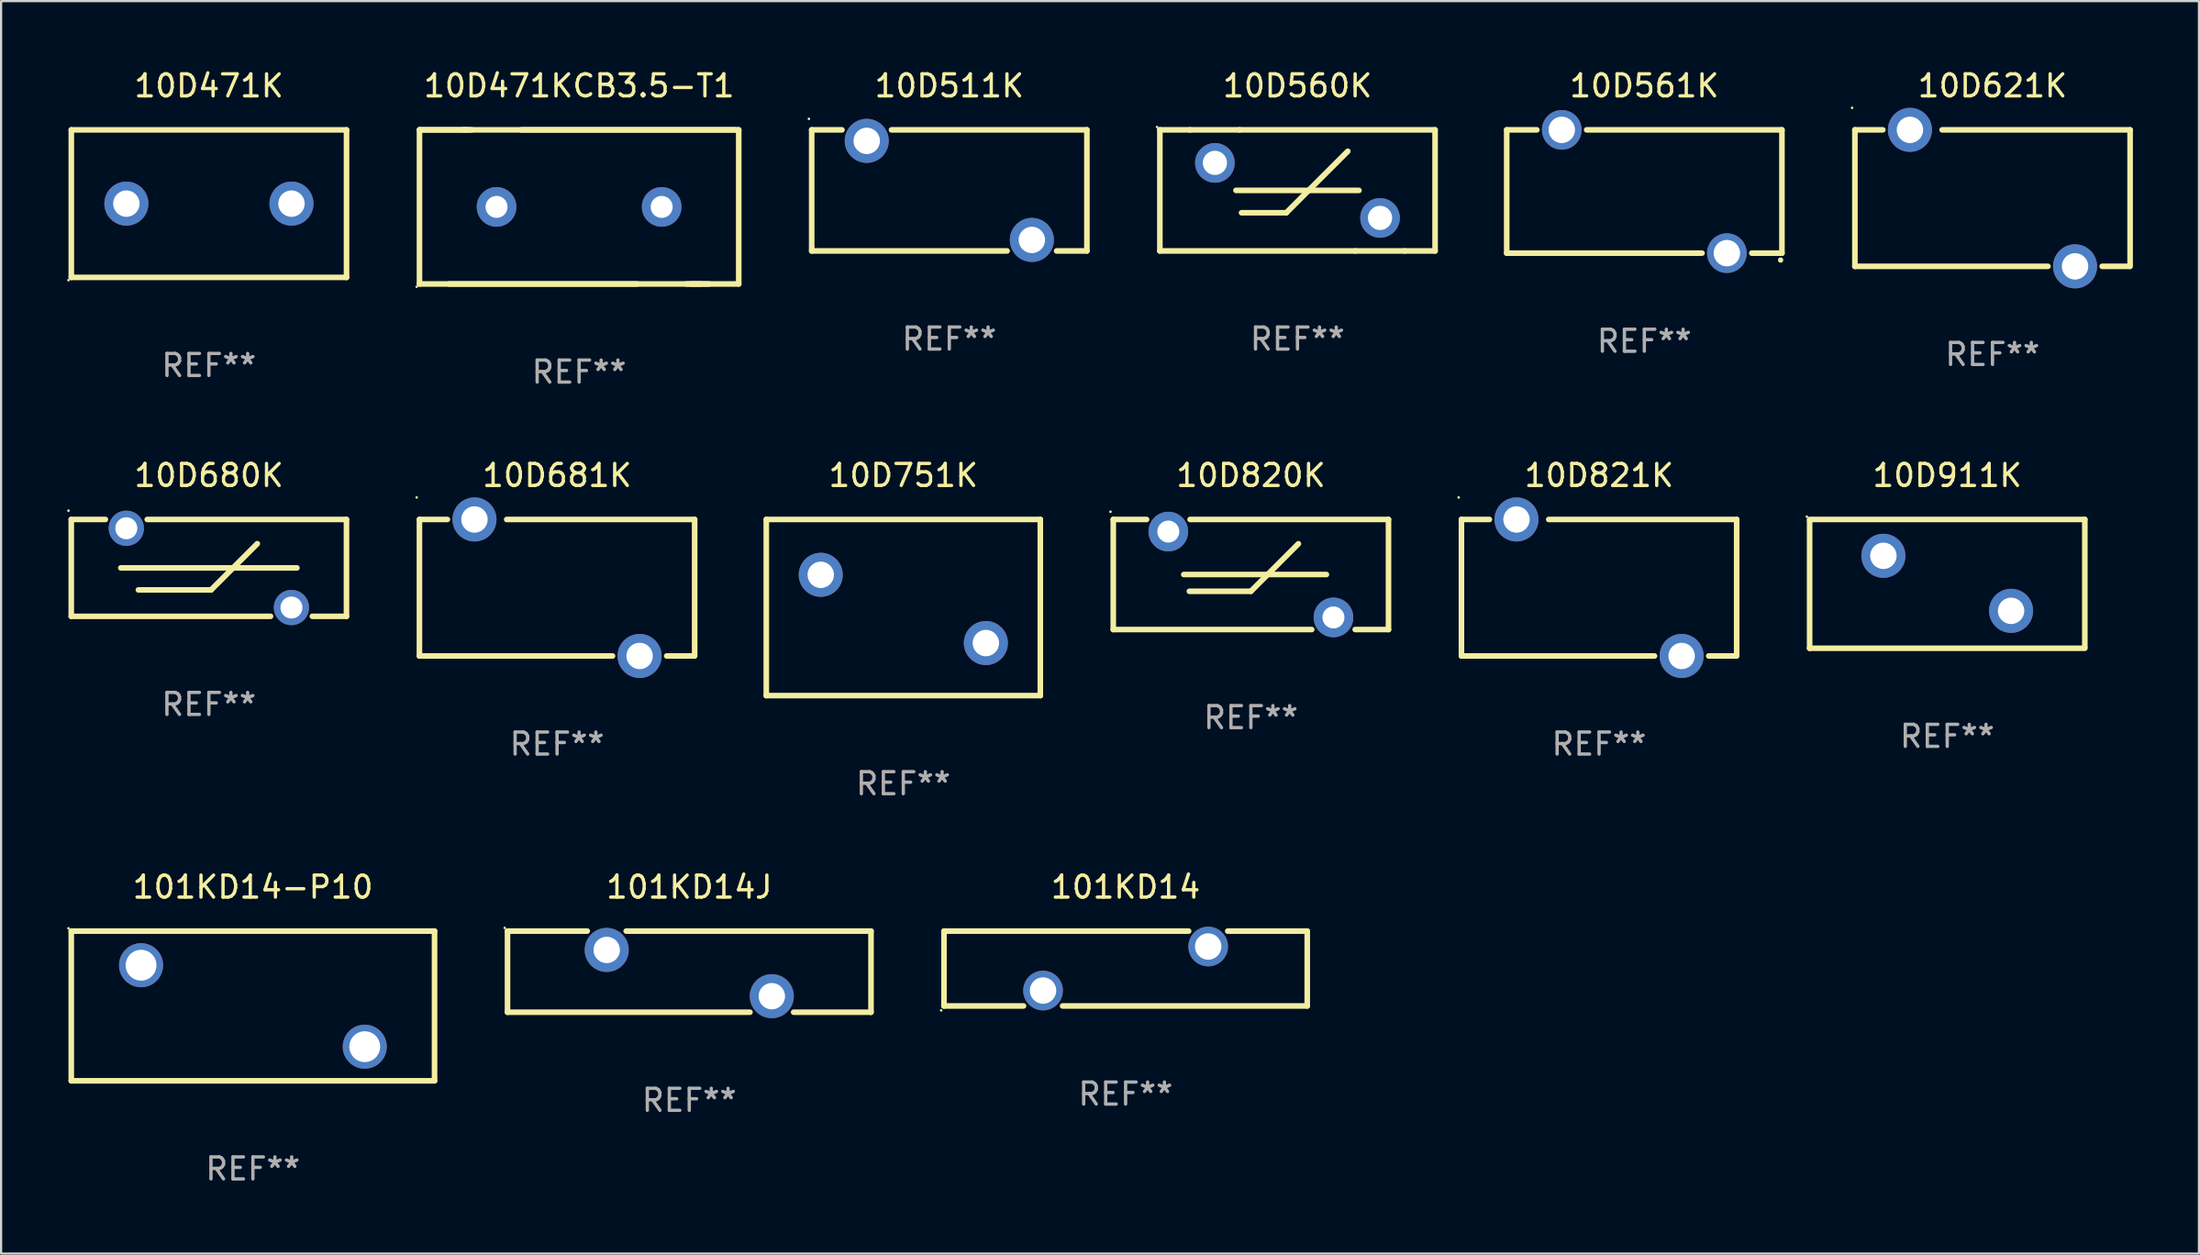
<source format=kicad_pcb>
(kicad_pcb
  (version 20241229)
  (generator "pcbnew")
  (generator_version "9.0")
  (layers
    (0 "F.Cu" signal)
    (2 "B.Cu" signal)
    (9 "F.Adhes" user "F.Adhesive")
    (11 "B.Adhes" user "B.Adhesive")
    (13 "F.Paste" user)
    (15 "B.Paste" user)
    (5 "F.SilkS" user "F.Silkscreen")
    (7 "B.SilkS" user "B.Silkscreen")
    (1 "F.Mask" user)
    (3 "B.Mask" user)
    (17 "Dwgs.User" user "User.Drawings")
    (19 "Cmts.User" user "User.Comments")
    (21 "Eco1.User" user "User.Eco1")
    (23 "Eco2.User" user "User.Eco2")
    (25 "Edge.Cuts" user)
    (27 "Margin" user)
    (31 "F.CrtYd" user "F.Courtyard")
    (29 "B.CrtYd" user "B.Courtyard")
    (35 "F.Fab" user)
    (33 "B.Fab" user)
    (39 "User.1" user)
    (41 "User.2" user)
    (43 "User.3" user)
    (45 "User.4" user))
  (footprint "10D471KCB3.5-T1"
    (layer "F.Cu")
    (at 23.253 6.348)
    (property "Reference" "10D471KCB3.5-T1" (at 0 -5.5 0) (layer "F.SilkS") (effects (font (size 1 1) (thickness 0.15))))
    (attr through_hole)
    (fp_line (start -7.25 -3.5) (end -7.25 3.5) (stroke (width 0.254) (type solid)) (layer "F.SilkS"))
    (fp_line (start -7.25 -3.5) (end -5.127 -3.5) (stroke (width 0.254) (type solid)) (layer "F.SilkS"))
    (fp_line (start -7.25 -3.5) (end 7.112 -3.5) (stroke (width 0.254) (type solid)) (layer "F.SilkS"))
    (fp_line (start -7.25 3.5) (end 2.623 3.5) (stroke (width 0.254) (type solid)) (layer "F.SilkS"))
    (fp_line (start -5.91 3.5) (end 5.503 3.5) (stroke (width 0.254) (type solid)) (layer "F.SilkS"))
    (fp_line (start -4.877 -3.5) (end -5.239 -3.5) (stroke (width 0.254) (type solid)) (layer "F.SilkS"))
    (fp_line (start 4.877 3.5) (end 5.903 3.5) (stroke (width 0.254) (type solid)) (layer "F.SilkS"))
    (fp_line (start 5.127 3.5) (end 7.25 3.5) (stroke (width 0.254) (type solid)) (layer "F.SilkS"))
    (fp_line (start 7.25 -3.5) (end -2.623 -3.5) (stroke (width 0.254) (type solid)) (layer "F.SilkS"))
    (fp_line (start 7.25 -3.5) (end 7.25 3.5) (stroke (width 0.254) (type solid)) (layer "F.SilkS"))
    (fp_circle (center -7.377 3.627) (end -7.347 3.627) (stroke (width 0.06) (type solid)) (fill no) (layer "F.SilkS"))
    (fp_text user "REF**" (at 0 7.5 0) (layer "F.Fab") (effects (font (size 1 1) (thickness 0.15))))
    (pad "1" thru_hole circle (at -3.75 0) (size 1.8 1.8) (drill 1) (layers "*.Cu" "*.Mask"))
    (pad "2" thru_hole circle (at 3.75 0) (size 1.8 1.8) (drill 1) (layers "*.Cu" "*.Mask")))
  (footprint "10D821K"
    (layer "F.Cu")
    (at 69.579 23.645)
    (property "Reference" "10D821K" (at 0 -5.1 0) (layer "F.SilkS") (effects (font (size 1 1) (thickness 0.15))))
    (attr through_hole)
    (fp_line (start -6.25 -3.1) (end -6.25 3.1) (stroke (width 0.254) (type solid)) (layer "F.SilkS"))
    (fp_line (start -6.25 -3.1) (end -4.981 -3.1) (stroke (width 0.254) (type solid)) (layer "F.SilkS"))
    (fp_line (start -6.25 3.1) (end 2.519 3.1) (stroke (width 0.254) (type solid)) (layer "F.SilkS"))
    (fp_line (start 4.981 3.1) (end 6.223 3.1) (stroke (width 0.254) (type solid)) (layer "F.SilkS"))
    (fp_line (start 6.25 -3.1) (end -2.286 -3.1) (stroke (width 0.254) (type solid)) (layer "F.SilkS"))
    (fp_line (start 6.25 -3.1) (end 6.25 3.1) (stroke (width 0.254) (type solid)) (layer "F.SilkS"))
    (fp_circle (center -6.377 -4.1) (end -6.347 -4.1) (stroke (width 0.06) (type solid)) (fill no) (layer "F.SilkS"))
    (fp_text user "REF**" (at 0 7.1 0) (layer "F.Fab") (effects (font (size 1 1) (thickness 0.15))))
    (pad "1" thru_hole circle (at -3.75 -3.1) (size 2 2) (drill 1.2) (layers "*.Cu" "*.Mask"))
    (pad "2" thru_hole circle (at 3.75 3.1) (size 2 2) (drill 1.2) (layers "*.Cu" "*.Mask")))
  (footprint "10D911K"
    (layer "F.Cu")
    (at 85.393 23.47)
    (property "Reference" "10D911K" (at 0 -4.925 0) (layer "F.SilkS") (effects (font (size 1 1) (thickness 0.15))))
    (attr through_hole)
    (fp_line (start -6.25 -2.925) (end 6.25 -2.925) (stroke (width 0.254) (type solid)) (layer "F.SilkS"))
    (fp_line (start -6.25 2.925) (end -6.25 -2.875) (stroke (width 0.254) (type solid)) (layer "F.SilkS"))
    (fp_line (start 6.25 -2.925) (end 6.25 2.875) (stroke (width 0.254) (type solid)) (layer "F.SilkS"))
    (fp_line (start 6.25 2.925) (end -6.25 2.925) (stroke (width 0.254) (type solid)) (layer "F.SilkS"))
    (fp_circle (center -6.377 -3.052) (end -6.347 -3.052) (stroke (width 0.06) (type solid)) (fill no) (layer "F.SilkS"))
    (fp_text user "REF**" (at 0 6.925 0) (layer "F.Fab") (effects (font (size 1 1) (thickness 0.15))))
    (pad "1" thru_hole circle (at -2.9 -1.275) (size 2 2) (drill 1.2) (layers "*.Cu" "*.Mask"))
    (pad "2" thru_hole circle (at 2.9 1.225) (size 2 2) (drill 1.2) (layers "*.Cu" "*.Mask")))
  (footprint "10D560K"
    (layer "F.Cu")
    (at 55.881 5.598)
    (property "Reference" "10D560K" (at 0 -4.75 0) (layer "F.SilkS") (effects (font (size 1 1) (thickness 0.15))))
    (attr through_hole)
    (fp_line (start -6.25 -2.75) (end -4.875 -2.75) (stroke (width 0.254) (type solid)) (layer "F.SilkS"))
    (fp_line (start -6.25 2.75) (end -6.25 -2.75) (stroke (width 0.254) (type solid)) (layer "F.SilkS"))
    (fp_line (start -6.25 2.75) (end 2.625 2.75) (stroke (width 0.254) (type solid)) (layer "F.SilkS"))
    (fp_line (start -4.875 -2.75) (end -2.625 -2.75) (stroke (width 0.254) (type solid)) (layer "F.SilkS"))
    (fp_line (start -2.794 0) (end 2.794 0) (stroke (width 0.254) (type solid)) (layer "F.SilkS"))
    (fp_line (start -2.625 -2.75) (end 6.25 -2.75) (stroke (width 0.254) (type solid)) (layer "F.SilkS"))
    (fp_line (start -2.54 1.016) (end -0.508 1.016) (stroke (width 0.254) (type solid)) (layer "F.SilkS"))
    (fp_line (start -0.508 1.016) (end 2.286 -1.778) (stroke (width 0.254) (type solid)) (layer "F.SilkS"))
    (fp_line (start 2.625 2.75) (end 4.875 2.75) (stroke (width 0.254) (type solid)) (layer "F.SilkS"))
    (fp_line (start 4.875 2.75) (end 6.25 2.75) (stroke (width 0.254) (type solid)) (layer "F.SilkS"))
    (fp_line (start 6.25 -2.75) (end 6.25 2.75) (stroke (width 0.254) (type solid)) (layer "F.SilkS"))
    (fp_circle (center -6.377 -2.877) (end -6.347 -2.877) (stroke (width 0.06) (type solid)) (fill no) (layer "F.SilkS"))
    (fp_text user "REF**" (at 0 6.75 0) (layer "F.Fab") (effects (font (size 1 1) (thickness 0.15))))
    (pad "1" thru_hole circle (at -3.75 -1.25) (size 1.8 1.8) (drill 1.1) (layers "*.Cu" "*.Mask"))
    (pad "2" thru_hole circle (at 3.75 1.25) (size 1.8 1.8) (drill 1.1) (layers "*.Cu" "*.Mask")))
  (footprint "101KD14"
    (layer "F.Cu")
    (at 48.075 40.942)
    (property "Reference" "101KD14" (at 0 -3.7 0) (layer "F.SilkS") (effects (font (size 1 1) (thickness 0.15))))
    (attr through_hole)
    (fp_line (start -8.25 -1.7) (end -8.25 1.7) (stroke (width 0.254) (type solid)) (layer "F.SilkS"))
    (fp_line (start -8.25 -1.7) (end 2.862 -1.7) (stroke (width 0.254) (type solid)) (layer "F.SilkS"))
    (fp_line (start -4.638 1.7) (end -8.25 1.7) (stroke (width 0.254) (type solid)) (layer "F.SilkS"))
    (fp_line (start 4.638 -1.7) (end 8.25 -1.7) (stroke (width 0.254) (type solid)) (layer "F.SilkS"))
    (fp_line (start 8.25 -1.7) (end 8.25 1.7) (stroke (width 0.254) (type solid)) (layer "F.SilkS"))
    (fp_line (start 8.25 1.7) (end -2.862 1.7) (stroke (width 0.254) (type solid)) (layer "F.SilkS"))
    (fp_circle (center -8.377 1.9) (end -8.347 1.9) (stroke (width 0.06) (type solid)) (fill no) (layer "F.SilkS"))
    (fp_text user "REF**" (at 0 5.7 0) (layer "F.Fab") (effects (font (size 1 1) (thickness 0.15))))
    (pad "1" thru_hole circle (at -3.75 1) (size 1.8 1.8) (drill 1.2) (layers "*.Cu" "*.Mask"))
    (pad "2" thru_hole circle (at 3.75 -1) (size 1.8 1.8) (drill 1.2) (layers "*.Cu" "*.Mask")))
  (footprint "10D511K"
    (layer "F.Cu")
    (at 40.067 5.598)
    (property "Reference" "10D511K" (at 0 -4.75 0) (layer "F.SilkS") (effects (font (size 1 1) (thickness 0.15))))
    (attr through_hole)
    (fp_line (start -6.25 -2.75) (end -4.875 -2.75) (stroke (width 0.254) (type solid)) (layer "F.SilkS"))
    (fp_line (start -6.25 2.75) (end -6.25 -2.75) (stroke (width 0.254) (type solid)) (layer "F.SilkS"))
    (fp_line (start -6.25 2.75) (end 2.625 2.75) (stroke (width 0.254) (type solid)) (layer "F.SilkS"))
    (fp_line (start -2.625 -2.75) (end 6.25 -2.75) (stroke (width 0.254) (type solid)) (layer "F.SilkS"))
    (fp_line (start 4.875 2.75) (end 6.25 2.75) (stroke (width 0.254) (type solid)) (layer "F.SilkS"))
    (fp_line (start 6.25 -2.75) (end 6.25 2.75) (stroke (width 0.254) (type solid)) (layer "F.SilkS"))
    (fp_circle (center -6.377 -3.25) (end -6.347 -3.25) (stroke (width 0.06) (type solid)) (fill no) (layer "F.SilkS"))
    (fp_text user "REF**" (at 0 6.75 0) (layer "F.Fab") (effects (font (size 1 1) (thickness 0.15))))
    (pad "1" thru_hole circle (at -3.75 -2.25) (size 2 2) (drill 1.2) (layers "*.Cu" "*.Mask"))
    (pad "2" thru_hole circle (at 3.75 2.25) (size 2 2) (drill 1.2) (layers "*.Cu" "*.Mask")))
  (footprint "101KD14-P10"
    (layer "F.Cu")
    (at 8.437 42.642)
    (property "Reference" "101KD14-P10" (at 0 -5.4 0) (layer "F.SilkS") (effects (font (size 1 1) (thickness 0.15))))
    (attr through_hole)
    (fp_line (start -8.25 -3.4) (end 8.25 -3.4) (stroke (width 0.254) (type solid)) (layer "F.SilkS"))
    (fp_line (start -8.25 3.4) (end -8.25 -3.4) (stroke (width 0.254) (type solid)) (layer "F.SilkS"))
    (fp_line (start 8.25 -3.4) (end 8.25 3.4) (stroke (width 0.254) (type solid)) (layer "F.SilkS"))
    (fp_line (start 8.25 3.4) (end -8.25 3.4) (stroke (width 0.254) (type solid)) (layer "F.SilkS"))
    (fp_circle (center -8.377 -3.527) (end -8.347 -3.527) (stroke (width 0.06) (type solid)) (fill no) (layer "F.SilkS"))
    (fp_text user "REF**" (at 0 7.4 0) (layer "F.Fab") (effects (font (size 1 1) (thickness 0.15))))
    (pad "1" thru_hole circle (at -5.08 -1.85) (size 2 2) (drill 1.4) (layers "*.Cu" "*.Mask"))
    (pad "2" thru_hole circle (at 5.08 1.85) (size 2 2) (drill 1.4) (layers "*.Cu" "*.Mask")))
  (footprint "10D471K"
    (layer "F.Cu")
    (at 6.438 6.199)
    (property "Reference" "10D471K" (at 0 -5.35 0) (layer "F.SilkS") (effects (font (size 1 1) (thickness 0.15))))
    (attr through_hole)
    (fp_line (start -6.249 -3.35) (end 6.251 -3.35) (stroke (width 0.254) (type solid)) (layer "F.SilkS"))
    (fp_line (start -6.249 3.35) (end -6.249 -3.35) (stroke (width 0.254) (type solid)) (layer "F.SilkS"))
    (fp_line (start 6.251 -3.35) (end 6.251 3.35) (stroke (width 0.254) (type solid)) (layer "F.SilkS"))
    (fp_line (start 6.251 3.35) (end -6.251 3.35) (stroke (width 0.254) (type solid)) (layer "F.SilkS"))
    (fp_circle (center -6.378 3.477) (end -6.348 3.477) (stroke (width 0.06) (type solid)) (fill no) (layer "F.SilkS"))
    (fp_text user "REF**" (at 0 7.35 0) (layer "F.Fab") (effects (font (size 1 1) (thickness 0.15))))
    (pad "1" thru_hole circle (at -3.748 -0.000254) (size 2 2) (drill 1.2) (layers "*.Cu" "*.Mask"))
    (pad "2" thru_hole circle (at 3.75 -0.000254) (size 2 2) (drill 1.2) (layers "*.Cu" "*.Mask")))
  (footprint "10D680K"
    (layer "F.Cu")
    (at 6.437 22.745)
    (property "Reference" "10D680K" (at 0 -4.2 0) (layer "F.SilkS") (effects (font (size 1 1) (thickness 0.15))))
    (attr through_hole)
    (fp_line (start -6.25 -2.2) (end -6.25 2.2) (stroke (width 0.254) (type solid)) (layer "F.SilkS"))
    (fp_line (start -6.25 -2.2) (end -4.7 -2.2) (stroke (width 0.254) (type solid)) (layer "F.SilkS"))
    (fp_line (start -6.25 2.2) (end 2.8 2.2) (stroke (width 0.254) (type solid)) (layer "F.SilkS"))
    (fp_line (start -4 0) (end 4 0) (stroke (width 0.254) (type solid)) (layer "F.SilkS"))
    (fp_line (start -3.2 1) (end 0.1 1) (stroke (width 0.254) (type solid)) (layer "F.SilkS"))
    (fp_line (start -2.8 -2.2) (end 6.25 -2.2) (stroke (width 0.254) (type solid)) (layer "F.SilkS"))
    (fp_line (start 0.1 1) (end 2.2 -1.1) (stroke (width 0.254) (type solid)) (layer "F.SilkS"))
    (fp_line (start 4.7 2.2) (end 6.25 2.2) (stroke (width 0.254) (type solid)) (layer "F.SilkS"))
    (fp_line (start 6.25 -2.2) (end 6.25 2.2) (stroke (width 0.254) (type solid)) (layer "F.SilkS"))
    (fp_circle (center -6.377 -2.6) (end -6.347 -2.6) (stroke (width 0.06) (type solid)) (fill no) (layer "F.SilkS"))
    (fp_text user "REF**" (at 0 6.2 0) (layer "F.Fab") (effects (font (size 1 1) (thickness 0.15))))
    (pad "1" thru_hole circle (at -3.75 -1.8) (size 1.6 1.6) (drill 1) (layers "*.Cu" "*.Mask"))
    (pad "2" thru_hole circle (at 3.75 1.8) (size 1.6 1.6) (drill 1) (layers "*.Cu" "*.Mask")))
  (footprint "101KD14J"
    (layer "F.Cu")
    (at 28.256 41.084)
    (property "Reference" "101KD14J" (at 0 -3.842 0) (layer "F.SilkS") (effects (font (size 1 1) (thickness 0.15))))
    (attr through_hole)
    (fp_line (start -8.255 -1.842) (end -4.634 -1.842) (stroke (width 0.254) (type solid)) (layer "F.SilkS"))
    (fp_line (start -8.255 1.842) (end -8.255 -1.842) (stroke (width 0.254) (type solid)) (layer "F.SilkS"))
    (fp_line (start -2.864 -1.842) (end 8.255 -1.842) (stroke (width 0.254) (type solid)) (layer "F.SilkS"))
    (fp_line (start 2.757 1.842) (end -8.255 1.842) (stroke (width 0.254) (type solid)) (layer "F.SilkS"))
    (fp_line (start 8.255 -1.842) (end 8.255 1.842) (stroke (width 0.254) (type solid)) (layer "F.SilkS"))
    (fp_line (start 8.255 1.842) (end 4.741 1.842) (stroke (width 0.254) (type solid)) (layer "F.SilkS"))
    (fp_circle (center -8.382 -1.987) (end -8.352 -1.987) (stroke (width 0.06) (type solid)) (fill no) (layer "F.SilkS"))
    (fp_text user "REF**" (at 0 5.842 0) (layer "F.Fab") (effects (font (size 1 1) (thickness 0.15))))
    (pad "1" thru_hole circle (at -3.749 -0.987) (size 2 2) (drill 1.2) (layers "*.Cu" "*.Mask"))
    (pad "2" thru_hole circle (at 3.749 1.114) (size 2 2) (drill 1.2) (layers "*.Cu" "*.Mask")))
  (footprint "10D751K"
    (layer "F.Cu")
    (at 37.978 24.545)
    (property "Reference" "10D751K" (at 0 -6.001 0) (layer "F.SilkS") (effects (font (size 1 1) (thickness 0.15))))
    (attr through_hole)
    (fp_line (start -6.223 -4.001) (end 6.223 -4.001) (stroke (width 0.254) (type solid)) (layer "F.SilkS"))
    (fp_line (start -6.223 4.001) (end -6.223 -4.001) (stroke (width 0.254) (type solid)) (layer "F.SilkS"))
    (fp_line (start 6.223 -4.001) (end 6.223 4.001) (stroke (width 0.254) (type solid)) (layer "F.SilkS"))
    (fp_line (start 6.223 4.001) (end -6.223 4.001) (stroke (width 0.254) (type solid)) (layer "F.SilkS"))
    (fp_circle (center -6.25 -3.937) (end -6.22 -3.937) (stroke (width 0.06) (type solid)) (fill no) (layer "F.SilkS"))
    (fp_text user "REF**" (at 0 8.001 0) (layer "F.Fab") (effects (font (size 1 1) (thickness 0.15))))
    (pad "1" thru_hole circle (at -3.75 -1.486) (size 2 2) (drill 1.2) (layers "*.Cu" "*.Mask"))
    (pad "2" thru_hole circle (at 3.75 1.613) (size 2 2) (drill 1.2) (layers "*.Cu" "*.Mask")))
  (footprint "10D621K"
    (layer "F.Cu")
    (at 87.449 5.948)
    (property "Reference" "10D621K" (at 0 -5.1 0) (layer "F.SilkS") (effects (font (size 1 1) (thickness 0.15))))
    (attr through_hole)
    (fp_line (start -6.25 -3.1) (end -6.25 3.1) (stroke (width 0.254) (type solid)) (layer "F.SilkS"))
    (fp_line (start -6.25 -3.1) (end -4.981 -3.1) (stroke (width 0.254) (type solid)) (layer "F.SilkS"))
    (fp_line (start -6.25 3.1) (end 2.519 3.1) (stroke (width 0.254) (type solid)) (layer "F.SilkS"))
    (fp_line (start 4.981 3.1) (end 6.223 3.1) (stroke (width 0.254) (type solid)) (layer "F.SilkS"))
    (fp_line (start 6.25 -3.1) (end -2.286 -3.1) (stroke (width 0.254) (type solid)) (layer "F.SilkS"))
    (fp_line (start 6.25 -3.1) (end 6.25 3.1) (stroke (width 0.254) (type solid)) (layer "F.SilkS"))
    (fp_circle (center -6.377 -4.1) (end -6.347 -4.1) (stroke (width 0.06) (type solid)) (fill no) (layer "F.SilkS"))
    (fp_text user "REF**" (at 0 7.1 0) (layer "F.Fab") (effects (font (size 1 1) (thickness 0.15))))
    (pad "1" thru_hole circle (at -3.75 -3.1) (size 2 2) (drill 1.2) (layers "*.Cu" "*.Mask"))
    (pad "2" thru_hole circle (at 3.75 3.1) (size 2 2) (drill 1.2) (layers "*.Cu" "*.Mask")))
  (footprint "10D681K"
    (layer "F.Cu")
    (at 22.251 23.645)
    (property "Reference" "10D681K" (at 0 -5.1 0) (layer "F.SilkS") (effects (font (size 1 1) (thickness 0.15))))
    (attr through_hole)
    (fp_line (start -6.25 -3.1) (end -6.25 3.1) (stroke (width 0.254) (type solid)) (layer "F.SilkS"))
    (fp_line (start -6.25 -3.1) (end -4.981 -3.1) (stroke (width 0.254) (type solid)) (layer "F.SilkS"))
    (fp_line (start -6.25 3.1) (end 2.519 3.1) (stroke (width 0.254) (type solid)) (layer "F.SilkS"))
    (fp_line (start 4.981 3.1) (end 6.223 3.1) (stroke (width 0.254) (type solid)) (layer "F.SilkS"))
    (fp_line (start 6.25 -3.1) (end -2.286 -3.1) (stroke (width 0.254) (type solid)) (layer "F.SilkS"))
    (fp_line (start 6.25 -3.1) (end 6.25 3.1) (stroke (width 0.254) (type solid)) (layer "F.SilkS"))
    (fp_circle (center -6.377 -4.1) (end -6.347 -4.1) (stroke (width 0.06) (type solid)) (fill no) (layer "F.SilkS"))
    (fp_text user "REF**" (at 0 7.1 0) (layer "F.Fab") (effects (font (size 1 1) (thickness 0.15))))
    (pad "1" thru_hole circle (at -3.75 -3.1) (size 2 2) (drill 1.2) (layers "*.Cu" "*.Mask"))
    (pad "2" thru_hole circle (at 3.75 3.1) (size 2 2) (drill 1.2) (layers "*.Cu" "*.Mask")))
  (footprint "10D561K"
    (layer "F.Cu")
    (at 71.635 5.648)
    (property "Reference" "10D561K" (at 0 -4.8 0) (layer "F.SilkS") (effects (font (size 1 1) (thickness 0.15))))
    (attr through_hole)
    (fp_line (start -6.25 -2.8) (end -4.881 -2.8) (stroke (width 0.254) (type solid)) (layer "F.SilkS"))
    (fp_line (start -6.25 2.8) (end -6.25 -2.8) (stroke (width 0.254) (type solid)) (layer "F.SilkS"))
    (fp_line (start -6.25 2.8) (end 2.619 2.8) (stroke (width 0.254) (type solid)) (layer "F.SilkS"))
    (fp_line (start -2.619 -2.8) (end 6.25 -2.8) (stroke (width 0.254) (type solid)) (layer "F.SilkS"))
    (fp_line (start 4.881 2.8) (end 6.25 2.8) (stroke (width 0.254) (type solid)) (layer "F.SilkS"))
    (fp_line (start 6.25 -2.8) (end 6.25 2.8) (stroke (width 0.254) (type solid)) (layer "F.SilkS"))
    (fp_circle (center 6.19 3.115) (end 6.25 3.115) (stroke (width 0.12) (type solid)) (fill no) (layer "F.SilkS"))
    (fp_text user "REF**" (at 0 6.8 0) (layer "F.Fab") (effects (font (size 1 1) (thickness 0.15))))
    (pad "1" thru_hole circle (at -3.75 -2.8) (size 1.8 1.8) (drill 1.2) (layers "*.Cu" "*.Mask"))
    (pad "2" thru_hole circle (at 3.75 2.8) (size 1.8 1.8) (drill 1.2) (layers "*.Cu" "*.Mask")))
  (footprint "10D820K"
    (layer "F.Cu")
    (at 53.765 23.045)
    (property "Reference" "10D820K" (at 0 -4.5 0) (layer "F.SilkS") (effects (font (size 1 1) (thickness 0.15))))
    (attr through_hole)
    (fp_line (start -6.25 -2.5) (end -4.738 -2.5) (stroke (width 0.254) (type solid)) (layer "F.SilkS"))
    (fp_line (start -6.25 2.5) (end -6.25 -2.5) (stroke (width 0.254) (type solid)) (layer "F.SilkS"))
    (fp_line (start -6.25 2.5) (end 2.762 2.5) (stroke (width 0.254) (type solid)) (layer "F.SilkS"))
    (fp_line (start -3.048 0) (end 3.429 0) (stroke (width 0.254) (type solid)) (layer "F.SilkS"))
    (fp_line (start -2.794 0.762) (end -0.000025 0.762) (stroke (width 0.254) (type solid)) (layer "F.SilkS"))
    (fp_line (start -2.762 -2.5) (end 6.25 -2.5) (stroke (width 0.254) (type solid)) (layer "F.SilkS"))
    (fp_line (start -0.000025 0.762) (end 2.159 -1.397) (stroke (width 0.254) (type solid)) (layer "F.SilkS"))
    (fp_line (start 4.738 2.5) (end 6.25 2.5) (stroke (width 0.254) (type solid)) (layer "F.SilkS"))
    (fp_line (start 6.25 -2.5) (end 6.25 2.5) (stroke (width 0.254) (type solid)) (layer "F.SilkS"))
    (fp_circle (center -6.377 -2.85) (end -6.347 -2.85) (stroke (width 0.06) (type solid)) (fill no) (layer "F.SilkS"))
    (fp_text user "REF**" (at 0 6.5 0) (layer "F.Fab") (effects (font (size 1 1) (thickness 0.15))))
    (pad "1" thru_hole circle (at -3.75 -1.95) (size 1.8 1.8) (drill 1) (layers "*.Cu" "*.Mask"))
    (pad "2" thru_hole circle (at 3.75 1.95) (size 1.8 1.8) (drill 1) (layers "*.Cu" "*.Mask")))
  (gr_rect
    (start -3 -3)
    (end 96.826 53.891)
    (stroke (width 0.1) (type default))
    (fill no)
    (layer "Edge.Cuts")))
</source>
